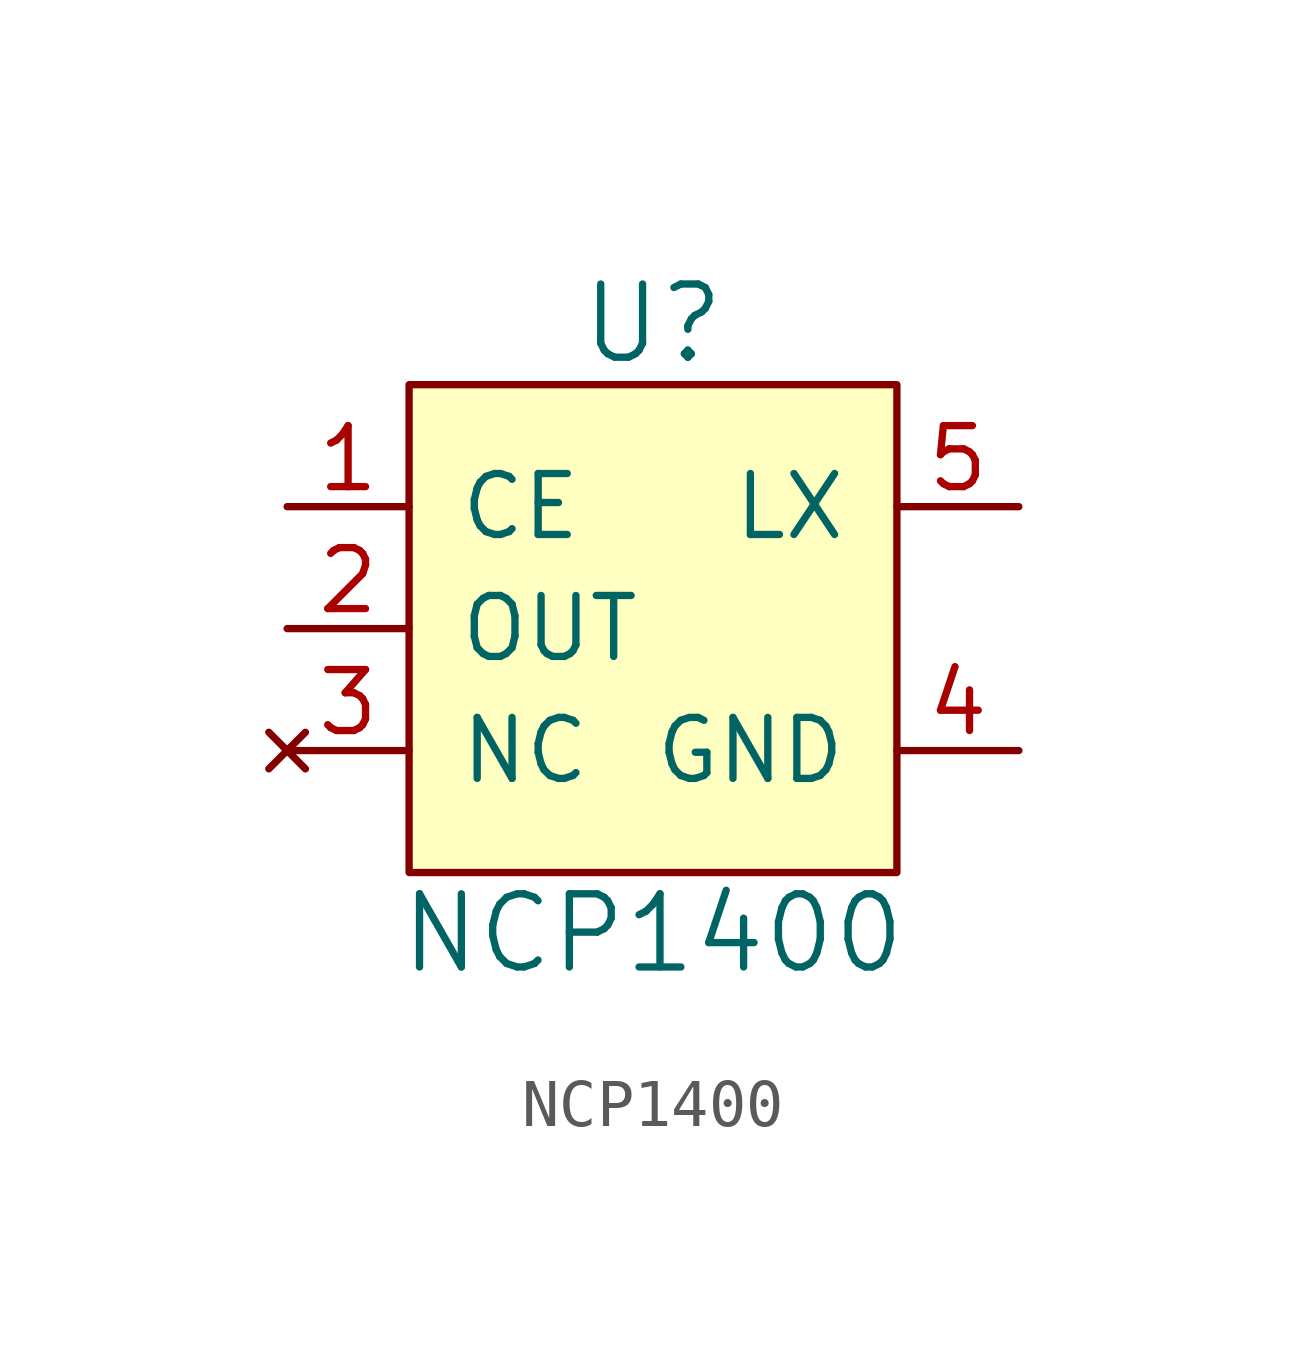
<source format=kicad_sym>
(kicad_symbol_lib
  (version 20211014)
  (generator kicad_symbol_editor)
  (symbol "NCP1400"
    (pin_names
      (offset 1.016))
    (property "Reference" "U"
      (at 0 6.35 0)
      (effects (font (size 1.524 1.524))))
    (property "Value" "NCP1400"
      (at 0 -6.35 0)
      (effects (font (size 1.524 1.524))))
    (symbol "NCP1400_0_1"
      (polyline (pts (xy -5.08 5.08) (xy 5.08 5.08) (xy 5.08 -5.08) (xy -5.08 -5.08) (xy -5.08 5.08)) (stroke (width 0) (type default) (color 0 0 0 0)) (fill (type background))))
    (symbol "NCP1400_1_1"
      (pin input line (at -7.62 2.54 0) (length 2.54) (name "CE" (effects (font (size 1.27 1.27)))) (number "1" (effects (font (size 1.27 1.27)))))
      (pin power_in line (at -7.62 0 0) (length 2.54) (name "OUT" (effects (font (size 1.27 1.27)))) (number "2" (effects (font (size 1.27 1.27)))))
      (pin no_connect line (at -7.62 -2.54 0) (length 2.54) (name "NC" (effects (font (size 1.27 1.27)))) (number "3" (effects (font (size 1.27 1.27)))))
      (pin power_in line (at 7.62 -2.54 180) (length 2.54) (name "GND" (effects (font (size 1.27 1.27)))) (number "4" (effects (font (size 1.27 1.27)))))
      (pin unspecified line (at 7.62 2.54 180) (length 2.54) (name "LX" (effects (font (size 1.27 1.27)))) (number "5" (effects (font (size 1.27 1.27))))))))
</source>
